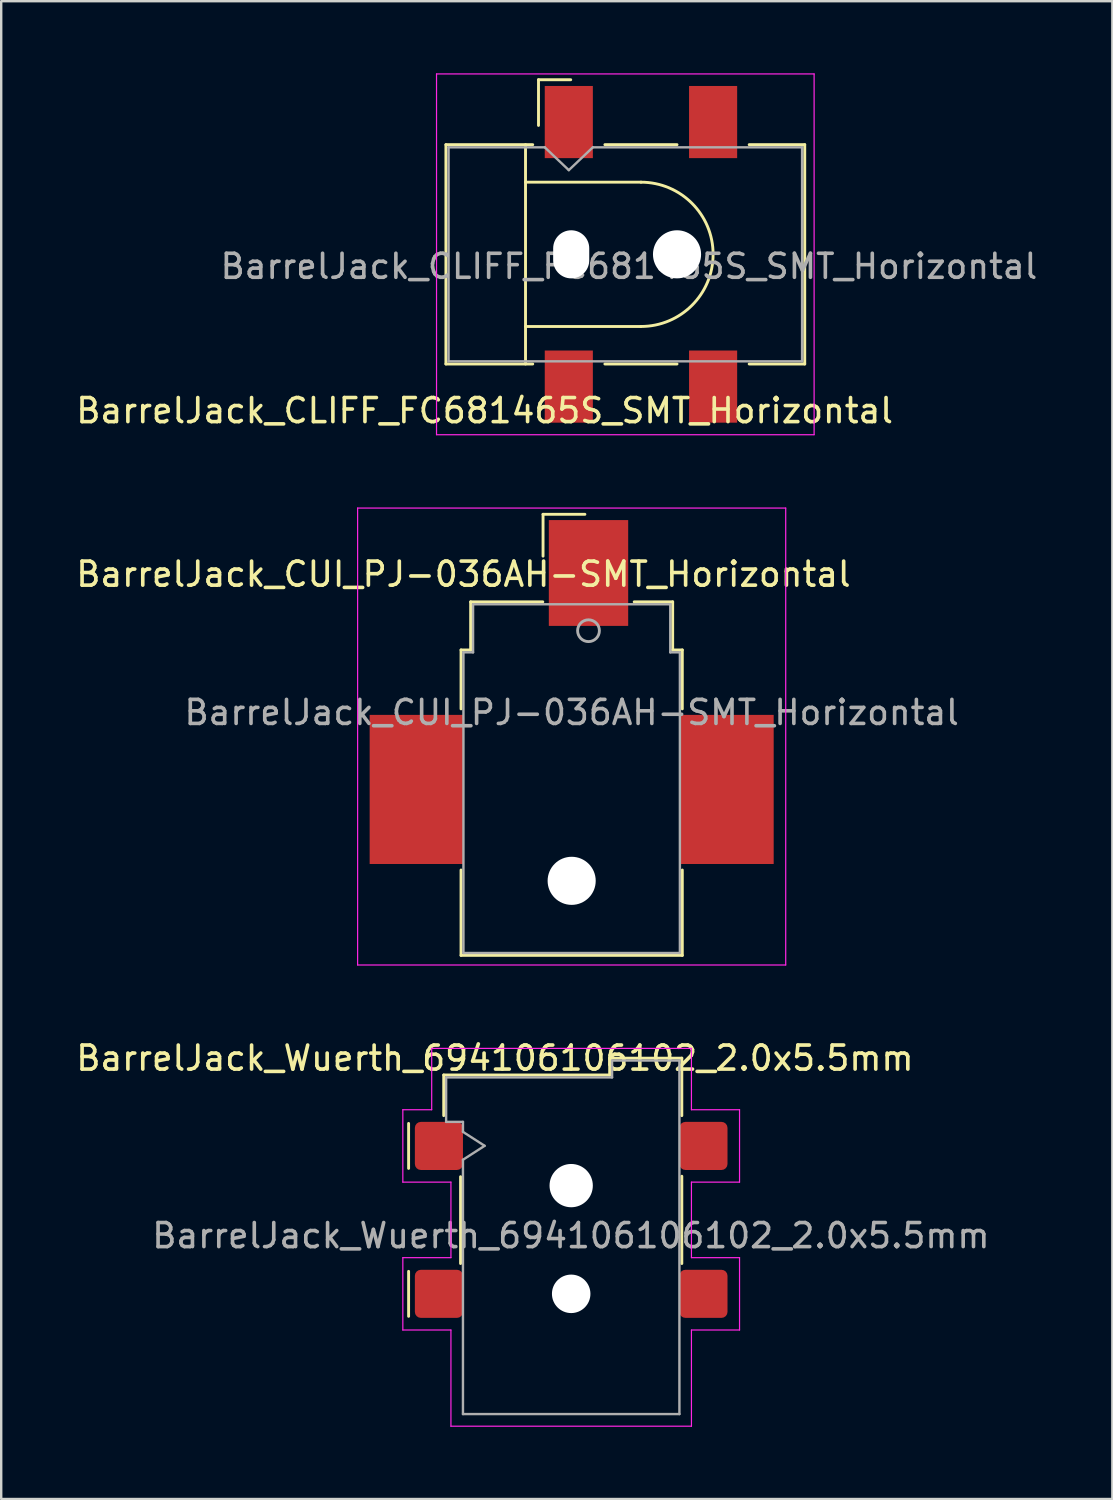
<source format=kicad_pcb>
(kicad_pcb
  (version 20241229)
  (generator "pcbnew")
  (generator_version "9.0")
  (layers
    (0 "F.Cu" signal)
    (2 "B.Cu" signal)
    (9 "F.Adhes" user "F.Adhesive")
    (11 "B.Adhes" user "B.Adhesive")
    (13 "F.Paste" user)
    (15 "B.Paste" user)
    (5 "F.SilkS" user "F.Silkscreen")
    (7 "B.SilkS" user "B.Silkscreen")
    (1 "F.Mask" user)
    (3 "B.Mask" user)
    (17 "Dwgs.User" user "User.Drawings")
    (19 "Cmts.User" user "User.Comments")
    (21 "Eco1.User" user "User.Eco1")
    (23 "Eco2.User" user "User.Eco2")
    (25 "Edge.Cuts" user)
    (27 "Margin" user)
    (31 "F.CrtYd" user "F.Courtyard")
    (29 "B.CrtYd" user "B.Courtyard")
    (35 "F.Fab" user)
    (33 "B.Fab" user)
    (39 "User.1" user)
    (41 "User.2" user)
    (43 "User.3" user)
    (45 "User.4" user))
  (footprint "BarrelJack_CUI_PJ-036AH-SMT_Horizontal"
    (layer "F.Cu")
    (at 20.72 26.575)
    (property "Reference" "BarrelJack_CUI_PJ-036AH-SMT_Horizontal" (at -4.5 -5.75 0) (layer "F.SilkS") (effects (font (size 1 1) (thickness 0.15))))
    (attr smd)
    (fp_line (start -4.6 -2.6) (end -4.2 -2.6) (stroke (width 0.12) (type solid)) (layer "F.SilkS"))
    (fp_line (start -4.6 -0.15) (end -4.6 -2.6) (stroke (width 0.12) (type solid)) (layer "F.SilkS"))
    (fp_line (start -4.6 10.1) (end -4.6 6.55) (stroke (width 0.12) (type solid)) (layer "F.SilkS"))
    (fp_line (start -4.2 -4.6) (end -1.2 -4.6) (stroke (width 0.12) (type solid)) (layer "F.SilkS"))
    (fp_line (start -4.2 -2.6) (end -4.2 -4.6) (stroke (width 0.12) (type solid)) (layer "F.SilkS"))
    (fp_line (start -1.19 -8.24) (end 0.55 -8.24) (stroke (width 0.12) (type solid)) (layer "F.SilkS"))
    (fp_line (start -1.19 -6.5) (end -1.19 -8.24) (stroke (width 0.12) (type solid)) (layer "F.SilkS"))
    (fp_line (start 2.6 -4.6) (end 4.2 -4.6) (stroke (width 0.12) (type solid)) (layer "F.SilkS"))
    (fp_line (start 4.2 -4.6) (end 4.2 -2.6) (stroke (width 0.12) (type solid)) (layer "F.SilkS"))
    (fp_line (start 4.2 -2.6) (end 4.6 -2.6) (stroke (width 0.12) (type solid)) (layer "F.SilkS"))
    (fp_line (start 4.6 -2.6) (end 4.6 -0.15) (stroke (width 0.12) (type solid)) (layer "F.SilkS"))
    (fp_line (start 4.6 6.55) (end 4.6 10.1) (stroke (width 0.12) (type solid)) (layer "F.SilkS"))
    (fp_line (start 4.6 10.1) (end -4.6 10.1) (stroke (width 0.12) (type solid)) (layer "F.SilkS"))
    (fp_line (start -8.9 -8.5) (end -8.9 10.5) (stroke (width 0.05) (type solid)) (layer "F.CrtYd"))
    (fp_line (start -8.9 10.5) (end 8.9 10.5) (stroke (width 0.05) (type solid)) (layer "F.CrtYd"))
    (fp_line (start 8.9 -8.5) (end -8.9 -8.5) (stroke (width 0.05) (type solid)) (layer "F.CrtYd"))
    (fp_line (start 8.9 10.5) (end 8.9 -8.5) (stroke (width 0.05) (type solid)) (layer "F.CrtYd"))
    (fp_line (start -4.5 -2.5) (end -4.5 10) (stroke (width 0.1) (type solid)) (layer "F.Fab"))
    (fp_line (start -4.5 10) (end 4.5 10) (stroke (width 0.1) (type solid)) (layer "F.Fab"))
    (fp_line (start -4.1 -4.5) (end -4.1 -2.5) (stroke (width 0.1) (type solid)) (layer "F.Fab"))
    (fp_line (start -4.1 -2.5) (end -4.5 -2.5) (stroke (width 0.1) (type solid)) (layer "F.Fab"))
    (fp_line (start 4.1 -4.5) (end -4.1 -4.5) (stroke (width 0.1) (type solid)) (layer "F.Fab"))
    (fp_line (start 4.1 -2.5) (end 4.1 -4.5) (stroke (width 0.1) (type solid)) (layer "F.Fab"))
    (fp_line (start 4.5 -2.5) (end 4.1 -2.5) (stroke (width 0.1) (type solid)) (layer "F.Fab"))
    (fp_line (start 4.5 10) (end 4.5 -2.5) (stroke (width 0.1) (type solid)) (layer "F.Fab"))
    (fp_circle (center 0.7 -3.4) (end 0.75 -2.95) (stroke (width 0.12) (type solid)) (fill no) (layer "F.Fab"))
    (fp_text user "${REFERENCE}" (at 0 0 0) (layer "F.Fab") (effects (font (size 1 1) (thickness 0.15))))
    (pad "" np_thru_hole circle (at 0 7) (size 2 2) (drill 2) (layers "*.Cu" "*.Mask"))
    (pad "1" smd rect (at 0.7 -5.8) (size 3.3 4.4) (layers "F.Cu" "F.Mask" "F.Paste"))
    (pad "2" smd rect (at -6.45 3.2) (size 3.9 6.2) (layers "F.Cu" "F.Mask" "F.Paste"))
    (pad "3" smd rect (at 6.45 3.2) (size 3.9 6.2) (layers "F.Cu" "F.Mask" "F.Paste")))
  (footprint "BarrelJack_CLIFF_FC681465S_SMT_Horizontal"
    (layer "F.Cu")
    (at 23.601 7.525)
    (property "Reference" "BarrelJack_CLIFF_FC681465S_SMT_Horizontal" (at -6.5 6.5 180) (layer "F.SilkS") (effects (font (size 1 1) (thickness 0.15))))
    (attr smd)
    (fp_line (start -8.11 -4.56) (end -4.5 -4.56) (stroke (width 0.12) (type solid)) (layer "F.SilkS"))
    (fp_line (start -8.11 4.56) (end -8.11 -4.56) (stroke (width 0.12) (type solid)) (layer "F.SilkS"))
    (fp_line (start -8.11 4.56) (end -4.5 4.56) (stroke (width 0.12) (type solid)) (layer "F.SilkS"))
    (fp_line (start -4.8 -3) (end 0 -3) (stroke (width 0.12) (type solid)) (layer "F.SilkS"))
    (fp_line (start -4.8 3) (end 0 3) (stroke (width 0.12) (type solid)) (layer "F.SilkS"))
    (fp_line (start -4.8 4.56) (end -4.8 -4.56) (stroke (width 0.12) (type solid)) (layer "F.SilkS"))
    (fp_line (start -4.26 -7.26) (end -4.26 -5.36) (stroke (width 0.12) (type solid)) (layer "F.SilkS"))
    (fp_line (start -2.92 -7.26) (end -4.26 -7.26) (stroke (width 0.12) (type solid)) (layer "F.SilkS"))
    (fp_line (start -1.5 -4.56) (end 1.5 -4.56) (stroke (width 0.12) (type solid)) (layer "F.SilkS"))
    (fp_line (start -1.5 4.56) (end 1.5 4.56) (stroke (width 0.12) (type solid)) (layer "F.SilkS"))
    (fp_line (start 4.5 -4.56) (end 6.81 -4.56) (stroke (width 0.12) (type solid)) (layer "F.SilkS"))
    (fp_line (start 4.5 4.56) (end 6.81 4.56) (stroke (width 0.12) (type solid)) (layer "F.SilkS"))
    (fp_line (start 6.81 4.56) (end 6.81 -4.56) (stroke (width 0.12) (type solid)) (layer "F.SilkS"))
    (fp_arc (start 0 -3) (mid 3 0) (end 0 3) (stroke (width 0.12) (type solid)) (layer "F.SilkS"))
    (fp_line (start -8.5 -7.5) (end 7.2 -7.5) (stroke (width 0.05) (type solid)) (layer "F.CrtYd"))
    (fp_line (start -8.5 7.5) (end -8.5 -7.5) (stroke (width 0.05) (type solid)) (layer "F.CrtYd"))
    (fp_line (start -8.5 7.5) (end 7.2 7.5) (stroke (width 0.05) (type solid)) (layer "F.CrtYd"))
    (fp_line (start 7.2 7.5) (end 7.2 -7.5) (stroke (width 0.05) (type solid)) (layer "F.CrtYd"))
    (fp_line (start -8 -4.45) (end -4 -4.45) (stroke (width 0.1) (type solid)) (layer "F.Fab"))
    (fp_line (start -8 4.45) (end -8 -4.45) (stroke (width 0.1) (type solid)) (layer "F.Fab"))
    (fp_line (start -8 4.45) (end 6.7 4.45) (stroke (width 0.1) (type solid)) (layer "F.Fab"))
    (fp_line (start -4 -4.45) (end -3 -3.5) (stroke (width 0.1) (type solid)) (layer "F.Fab"))
    (fp_line (start -3 -3.5) (end -2 -4.45) (stroke (width 0.1) (type solid)) (layer "F.Fab"))
    (fp_line (start -2 -4.45) (end 6.7 -4.45) (stroke (width 0.1) (type solid)) (layer "F.Fab"))
    (fp_line (start 6.7 4.45) (end 6.7 -4.45) (stroke (width 0.1) (type solid)) (layer "F.Fab"))
    (fp_text user "${REFERENCE}" (at -0.5 0.5 180) (layer "F.Fab") (effects (font (size 1 1) (thickness 0.15))))
    (pad "" np_thru_hole oval (at -2.9 0 90) (size 2 1.5) (drill oval 2 1.5) (layers "*.Cu" "*.Mask"))
    (pad "" np_thru_hole circle (at 1.5 0 90) (size 2 2) (drill 2) (layers "*.Cu" "*.Mask"))
    (pad "1" smd rect (at -3 -5.5 90) (size 3 2) (layers "F.Cu" "F.Mask" "F.Paste"))
    (pad "1" smd rect (at 3 -5.5 90) (size 3 2) (layers "F.Cu" "F.Mask" "F.Paste"))
    (pad "2" smd rect (at 3 5.5 90) (size 3 2) (layers "F.Cu" "F.Mask" "F.Paste"))
    (pad "3" smd rect (at -3 5.5 90) (size 3 2) (layers "F.Cu" "F.Mask" "F.Paste")))
  (footprint "BarrelJack_Wuerth_694106106102_2.0x5.5mm"
    (layer "F.Cu")
    (at 20.7 47.673)
    (property "Reference" "BarrelJack_Wuerth_694106106102_2.0x5.5mm" (at -3.17 -6.725 0) (layer "F.SilkS") (effects (font (size 1 1) (thickness 0.15))))
    (attr smd)
    (fp_circle (center 0 -1.425) (end 0.9 -1.425) (stroke (width 0.12) (type solid)) (fill no) (layer "B.Mask"))
    (fp_circle (center 0 3.075) (end 0.8 3.075) (stroke (width 0.12) (type solid)) (fill no) (layer "B.Mask"))
    (fp_line (start -6.76 -4.01) (end -6.76 -2.14) (stroke (width 0.12) (type default)) (layer "F.SilkS"))
    (fp_line (start -6.76 2.14) (end -6.76 4.01) (stroke (width 0.12) (type default)) (layer "F.SilkS"))
    (fp_line (start -5.3 -4.335) (end -5.3 -6.025) (stroke (width 0.12) (type solid)) (layer "F.SilkS"))
    (fp_line (start -4.6 -1.795) (end -4.6 1.815) (stroke (width 0.12) (type solid)) (layer "F.SilkS"))
    (fp_line (start 1.6 -6.725) (end 1.6 -6.025) (stroke (width 0.12) (type solid)) (layer "F.SilkS"))
    (fp_line (start 1.6 -6.025) (end -5.3 -6.025) (stroke (width 0.12) (type solid)) (layer "F.SilkS"))
    (fp_line (start 4.6 -6.725) (end 1.6 -6.725) (stroke (width 0.12) (type solid)) (layer "F.SilkS"))
    (fp_line (start 4.6 -6.725) (end 4.6 -4.335) (stroke (width 0.12) (type default)) (layer "F.SilkS"))
    (fp_line (start 4.6 -1.815) (end 4.6 1.815) (stroke (width 0.12) (type solid)) (layer "F.SilkS"))
    (fp_line (start -7 -4.58) (end -7 -1.57) (stroke (width 0.05) (type default)) (layer "F.CrtYd"))
    (fp_line (start -7 1.57) (end -7 4.58) (stroke (width 0.05) (type default)) (layer "F.CrtYd"))
    (fp_line (start -5.8 -7.13) (end -5.8 -4.58) (stroke (width 0.05) (type default)) (layer "F.CrtYd"))
    (fp_line (start -5.8 -7.13) (end 5 -7.13) (stroke (width 0.05) (type solid)) (layer "F.CrtYd"))
    (fp_line (start -5.8 -4.58) (end -7 -4.58) (stroke (width 0.05) (type default)) (layer "F.CrtYd"))
    (fp_line (start -5 -1.57) (end -7 -1.57) (stroke (width 0.05) (type default)) (layer "F.CrtYd"))
    (fp_line (start -5 -1.57) (end -5 1.57) (stroke (width 0.05) (type default)) (layer "F.CrtYd"))
    (fp_line (start -5 1.57) (end -7 1.57) (stroke (width 0.05) (type default)) (layer "F.CrtYd"))
    (fp_line (start -5 4.58) (end -7 4.58) (stroke (width 0.05) (type default)) (layer "F.CrtYd"))
    (fp_line (start -5 8.58) (end -5 4.58) (stroke (width 0.05) (type solid)) (layer "F.CrtYd"))
    (fp_line (start 5 -7.13) (end 5 -4.58) (stroke (width 0.05) (type default)) (layer "F.CrtYd"))
    (fp_line (start 5 -4.58) (end 7 -4.58) (stroke (width 0.05) (type default)) (layer "F.CrtYd"))
    (fp_line (start 5 -1.57) (end 5 1.57) (stroke (width 0.05) (type default)) (layer "F.CrtYd"))
    (fp_line (start 5 1.57) (end 7 1.57) (stroke (width 0.05) (type default)) (layer "F.CrtYd"))
    (fp_line (start 5 4.58) (end 5 8.58) (stroke (width 0.05) (type default)) (layer "F.CrtYd"))
    (fp_line (start 5 8.58) (end -5 8.58) (stroke (width 0.05) (type solid)) (layer "F.CrtYd"))
    (fp_line (start 7 -4.58) (end 7 -1.57) (stroke (width 0.05) (type default)) (layer "F.CrtYd"))
    (fp_line (start 7 -1.57) (end 5 -1.57) (stroke (width 0.05) (type default)) (layer "F.CrtYd"))
    (fp_line (start 7 1.57) (end 7 4.58) (stroke (width 0.05) (type default)) (layer "F.CrtYd"))
    (fp_line (start 7 4.58) (end 5 4.58) (stroke (width 0.05) (type default)) (layer "F.CrtYd"))
    (fp_line (start -5.2 -5.925) (end -5.2 -4.075) (stroke (width 0.1) (type default)) (layer "F.Fab"))
    (fp_line (start -5.2 -4.075) (end -4.5 -4.075) (stroke (width 0.1) (type default)) (layer "F.Fab"))
    (fp_line (start -4.5 -4.075) (end -4.5 -3.66) (stroke (width 0.1) (type default)) (layer "F.Fab"))
    (fp_line (start -4.5 -3.66) (end -3.6 -3.08) (stroke (width 0.1) (type default)) (layer "F.Fab"))
    (fp_line (start -4.5 -2.5) (end -4.5 8.075) (stroke (width 0.1) (type default)) (layer "F.Fab"))
    (fp_line (start -4.5 8.075) (end 4.5 8.075) (stroke (width 0.1) (type default)) (layer "F.Fab"))
    (fp_line (start -3.6 -3.08) (end -4.5 -2.5) (stroke (width 0.1) (type default)) (layer "F.Fab"))
    (fp_line (start 1.7 -6.625) (end 1.7 -5.925) (stroke (width 0.1) (type default)) (layer "F.Fab"))
    (fp_line (start 1.7 -5.925) (end -5.2 -5.925) (stroke (width 0.1) (type default)) (layer "F.Fab"))
    (fp_line (start 4.5 -6.625) (end 1.7 -6.625) (stroke (width 0.1) (type default)) (layer "F.Fab"))
    (fp_line (start 4.5 8.075) (end 4.5 -6.625) (stroke (width 0.1) (type default)) (layer "F.Fab"))
    (fp_text user "${REFERENCE}" (at -0.01 0.655 0) (layer "F.Fab") (effects (font (size 1 1) (thickness 0.15))))
    (pad "" np_thru_hole circle (at 0 -1.425) (size 1.8 1.8) (drill 1.8) (layers "*.Cu" "*.Mask"))
    (pad "" np_thru_hole circle (at 0 3.075) (size 1.6 1.6) (drill 1.6) (layers "*.Cu" "*.Mask"))
    (pad "1" smd roundrect (at -5.5 -3.075) (size 2 2) (layers "F.Cu" "F.Mask" "F.Paste") (roundrect_rratio 0.125))
    (pad "1" smd roundrect (at -5.5 3.075) (size 2 2) (layers "F.Cu" "F.Mask" "F.Paste") (roundrect_rratio 0.125))
    (pad "2" smd roundrect (at 5.5 3.075) (size 2 2) (layers "F.Cu" "F.Mask" "F.Paste") (roundrect_rratio 0.125))
    (pad "3" smd roundrect (at 5.5 -3.075) (size 2 2) (layers "F.Cu" "F.Mask" "F.Paste") (roundrect_rratio 0.125)))
  (gr_rect
    (start -3 -3)
    (end 43.202 59.278)
    (stroke (width 0.1) (type default))
    (fill no)
    (layer "Edge.Cuts")))
</source>
